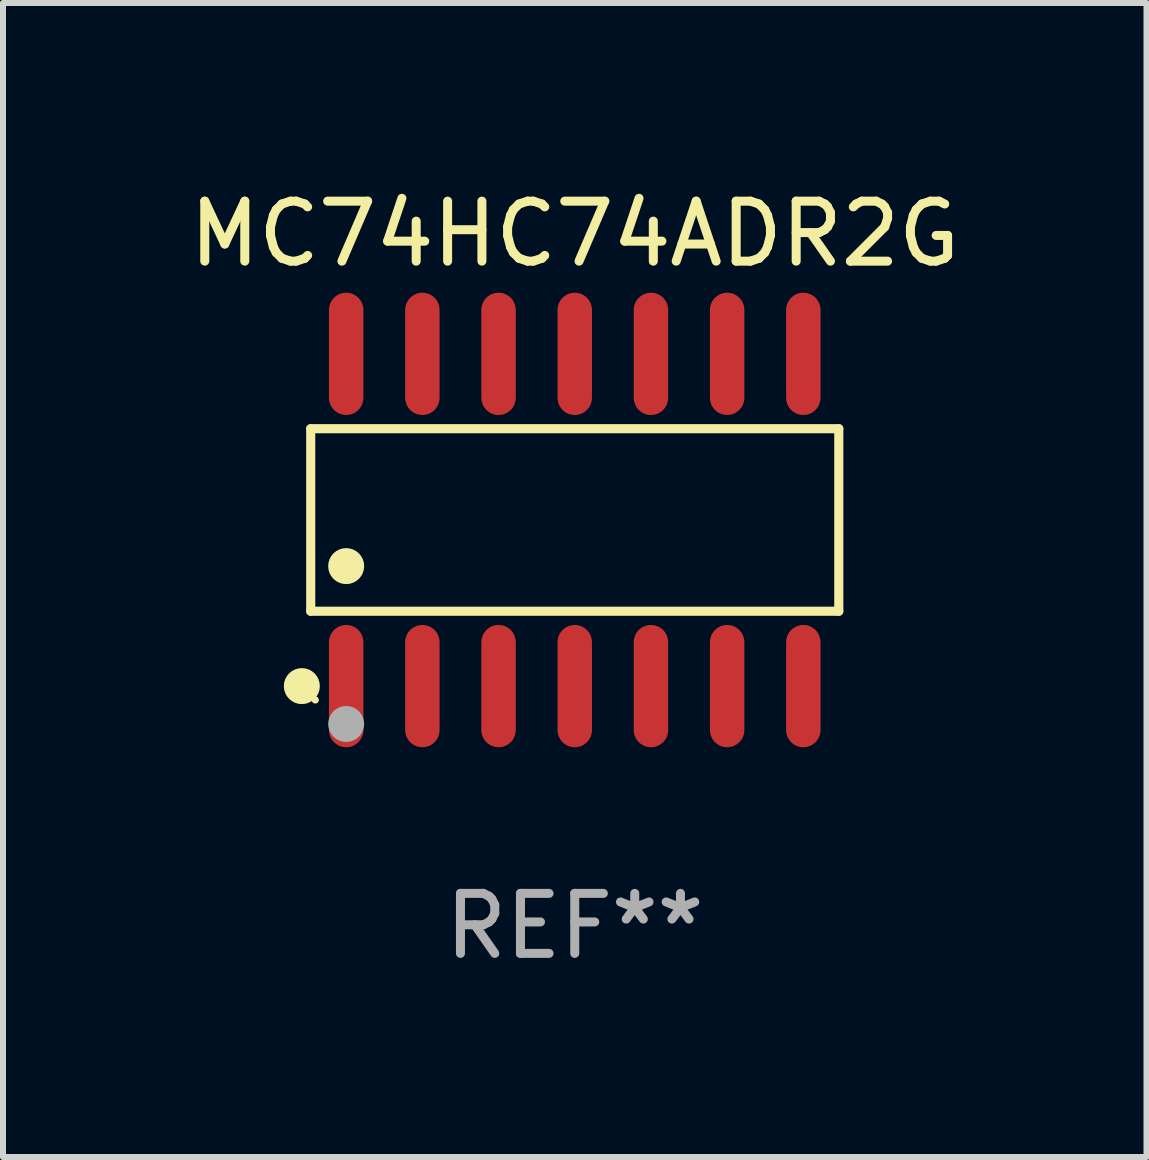
<source format=kicad_pcb>
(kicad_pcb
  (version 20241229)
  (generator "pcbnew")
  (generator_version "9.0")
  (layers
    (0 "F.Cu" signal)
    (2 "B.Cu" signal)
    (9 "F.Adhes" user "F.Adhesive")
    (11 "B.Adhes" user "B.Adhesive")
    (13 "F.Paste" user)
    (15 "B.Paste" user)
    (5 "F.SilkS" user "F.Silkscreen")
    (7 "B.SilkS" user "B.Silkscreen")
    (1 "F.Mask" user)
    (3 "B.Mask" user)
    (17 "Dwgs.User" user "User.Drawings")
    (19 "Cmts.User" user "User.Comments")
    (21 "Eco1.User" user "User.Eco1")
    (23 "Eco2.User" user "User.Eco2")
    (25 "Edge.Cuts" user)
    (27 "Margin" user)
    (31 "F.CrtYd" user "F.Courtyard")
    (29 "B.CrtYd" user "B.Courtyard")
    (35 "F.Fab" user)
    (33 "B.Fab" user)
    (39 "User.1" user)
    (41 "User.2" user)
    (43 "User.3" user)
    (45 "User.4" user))
  (footprint "MC74HC74ADR2G"
    (layer "F.Cu")
    (at 6.53 5.617)
    (property "Reference" "MC74HC74ADR2G" (at 0 -4.769 0) (layer "F.SilkS") (effects (font (size 1 1) (thickness 0.15))))
    (attr through_hole)
    (fp_line (start -4.401 -1.521) (end 4.401 -1.521) (stroke (width 0.152) (type solid)) (layer "F.SilkS"))
    (fp_line (start -4.401 1.521) (end -4.401 -1.521) (stroke (width 0.152) (type solid)) (layer "F.SilkS"))
    (fp_line (start 4.401 -1.521) (end 4.401 1.521) (stroke (width 0.152) (type solid)) (layer "F.SilkS"))
    (fp_line (start 4.401 1.521) (end -4.401 1.521) (stroke (width 0.152) (type solid)) (layer "F.SilkS"))
    (fp_circle (center -4.549 2.769) (end -4.399 2.769) (stroke (width 0.3) (type solid)) (fill no) (layer "F.SilkS"))
    (fp_circle (center -4.325 3) (end -4.295 3) (stroke (width 0.06) (type solid)) (fill no) (layer "F.SilkS"))
    (fp_circle (center -3.81 0.769) (end -3.66 0.769) (stroke (width 0.3) (type solid)) (fill no) (layer "F.SilkS"))
    (fp_circle (center -3.81 3.4) (end -3.66 3.4) (stroke (width 0.3) (type solid)) (fill no) (layer "F.Fab"))
    (fp_text user "REF**" (at 0 6.769 0) (layer "F.Fab") (effects (font (size 1 1) (thickness 0.15))))
    (pad "1" smd oval (at -3.81 2.769) (size 0.574 2.038) (layers "F.Cu" "F.Mask" "F.Paste"))
    (pad "2" smd oval (at -2.54 2.769) (size 0.574 2.038) (layers "F.Cu" "F.Mask" "F.Paste"))
    (pad "3" smd oval (at -1.27 2.769) (size 0.574 2.038) (layers "F.Cu" "F.Mask" "F.Paste"))
    (pad "4" smd oval (at 0 2.769) (size 0.574 2.038) (layers "F.Cu" "F.Mask" "F.Paste"))
    (pad "5" smd oval (at 1.27 2.769) (size 0.574 2.038) (layers "F.Cu" "F.Mask" "F.Paste"))
    (pad "6" smd oval (at 2.54 2.769) (size 0.574 2.038) (layers "F.Cu" "F.Mask" "F.Paste"))
    (pad "7" smd oval (at 3.81 2.769) (size 0.574 2.038) (layers "F.Cu" "F.Mask" "F.Paste"))
    (pad "8" smd oval (at 3.81 -2.769) (size 0.574 2.038) (layers "F.Cu" "F.Mask" "F.Paste"))
    (pad "9" smd oval (at 2.54 -2.769) (size 0.574 2.038) (layers "F.Cu" "F.Mask" "F.Paste"))
    (pad "10" smd oval (at 1.27 -2.769) (size 0.574 2.038) (layers "F.Cu" "F.Mask" "F.Paste"))
    (pad "11" smd oval (at 0 -2.769) (size 0.574 2.038) (layers "F.Cu" "F.Mask" "F.Paste"))
    (pad "12" smd oval (at -1.27 -2.769) (size 0.574 2.038) (layers "F.Cu" "F.Mask" "F.Paste"))
    (pad "13" smd oval (at -2.54 -2.769) (size 0.574 2.038) (layers "F.Cu" "F.Mask" "F.Paste"))
    (pad "14" smd oval (at -3.81 -2.769) (size 0.574 2.038) (layers "F.Cu" "F.Mask" "F.Paste")))
  (gr_rect
    (start -3 -3)
    (end 16.06 16.235)
    (stroke (width 0.1) (type default))
    (fill no)
    (layer "Edge.Cuts")))
</source>
